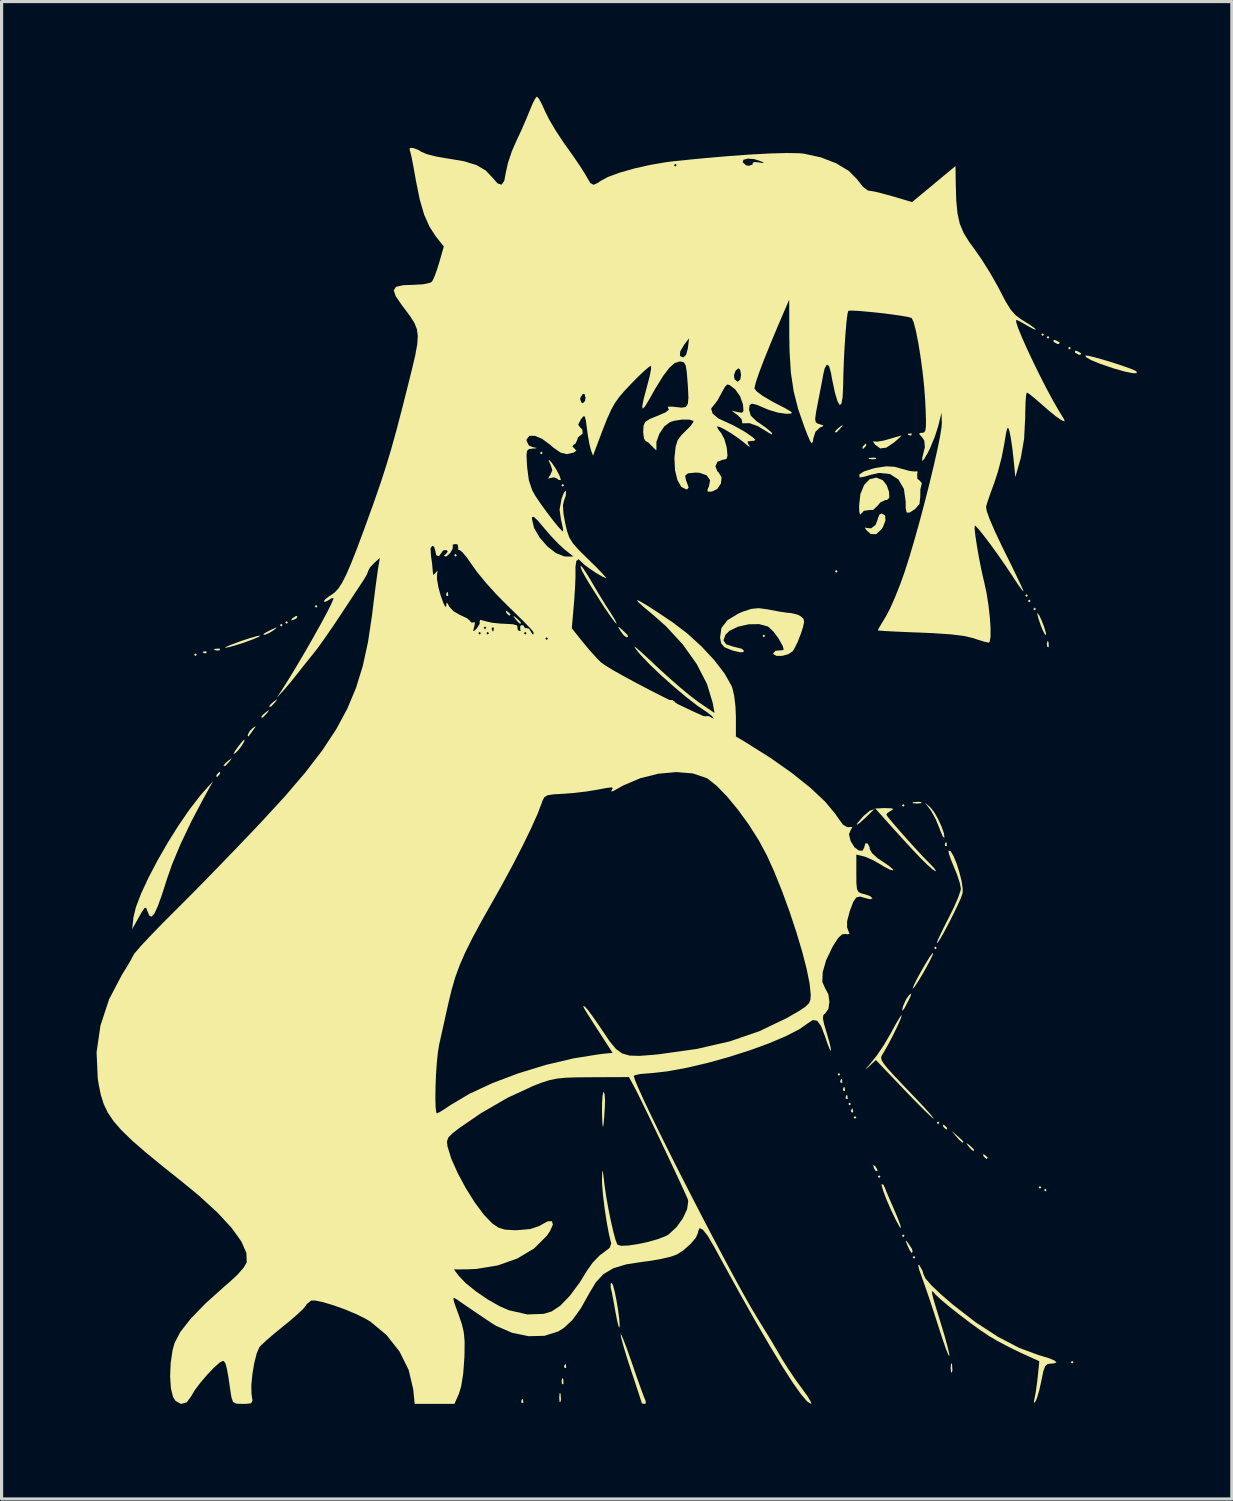
<source format=kicad_pcb>
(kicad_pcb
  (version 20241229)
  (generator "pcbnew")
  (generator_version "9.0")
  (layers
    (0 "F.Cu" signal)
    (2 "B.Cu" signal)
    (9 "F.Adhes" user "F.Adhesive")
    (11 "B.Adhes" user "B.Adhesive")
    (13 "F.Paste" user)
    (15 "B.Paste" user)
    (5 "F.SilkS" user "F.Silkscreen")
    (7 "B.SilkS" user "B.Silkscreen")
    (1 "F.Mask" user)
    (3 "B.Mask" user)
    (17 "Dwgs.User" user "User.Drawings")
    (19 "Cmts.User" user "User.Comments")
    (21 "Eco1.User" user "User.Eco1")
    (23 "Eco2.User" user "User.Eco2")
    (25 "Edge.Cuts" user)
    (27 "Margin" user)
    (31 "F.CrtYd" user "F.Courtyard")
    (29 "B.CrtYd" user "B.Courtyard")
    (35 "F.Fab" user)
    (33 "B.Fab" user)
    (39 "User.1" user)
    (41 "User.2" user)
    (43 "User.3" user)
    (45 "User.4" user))
  (footprint "Rin"
    (layer "F.Cu")
    (at 18.066 20.048)
    (property "Reference" "Rin" (at 0 0 0) (layer "F.SilkS") (effects (font (size 1.524 1.524) (thickness 0.3))))
    (attr board_only exclude_from_pos_files exclude_from_bom)
    (fp_poly (pts (xy 6.533 2.442) (xy 6.493 2.456) (xy 6.521 2.429)) (stroke (width 0) (type solid)) (fill yes) (layer "F.SilkS"))
    (fp_poly (pts (xy -14.901 -2.421) (xy -14.944 -2.379) (xy -14.986 -2.421) (xy -14.944 -2.464)) (stroke (width 0) (type solid)) (fill yes) (layer "F.SilkS"))
    (fp_poly (pts (xy -12.192 -3.356) (xy -12.234 -3.313) (xy -12.277 -3.356) (xy -12.234 -3.398)) (stroke (width 0) (type solid)) (fill yes) (layer "F.SilkS"))
    (fp_poly (pts (xy -12.023 -3.44) (xy -12.065 -3.398) (xy -12.107 -3.44) (xy -12.065 -3.483)) (stroke (width 0) (type solid)) (fill yes) (layer "F.SilkS"))
    (fp_poly (pts (xy -11.091 -3.95) (xy -11.134 -3.908) (xy -11.176 -3.95) (xy -11.134 -3.993)) (stroke (width 0) (type solid)) (fill yes) (layer "F.SilkS"))
    (fp_poly (pts (xy -6.689 -5.564) (xy -6.731 -5.522) (xy -6.773 -5.564) (xy -6.731 -5.607)) (stroke (width 0) (type solid)) (fill yes) (layer "F.SilkS"))
    (fp_poly (pts (xy -3.979 -8.792) (xy -4.022 -8.75) (xy -4.064 -8.792) (xy -4.022 -8.835)) (stroke (width 0) (type solid)) (fill yes) (layer "F.SilkS"))
    (fp_poly (pts (xy -3.302 -7.773) (xy -3.344 -7.73) (xy -3.387 -7.773) (xy -3.344 -7.815)) (stroke (width 0) (type solid)) (fill yes) (layer "F.SilkS"))
    (fp_poly (pts (xy 3.048 -3.016) (xy 3.006 -2.973) (xy 2.963 -3.016) (xy 3.006 -3.058)) (stroke (width 0) (type solid)) (fill yes) (layer "F.SilkS"))
    (fp_poly (pts (xy 5.334 -5.055) (xy 5.292 -5.012) (xy 5.249 -5.055) (xy 5.292 -5.097)) (stroke (width 0) (type solid)) (fill yes) (layer "F.SilkS"))
    (fp_poly (pts (xy 5.419 10.831) (xy 5.376 10.874) (xy 5.334 10.831) (xy 5.376 10.789)) (stroke (width 0) (type solid)) (fill yes) (layer "F.SilkS"))
    (fp_poly (pts (xy 5.757 11.766) (xy 5.715 11.808) (xy 5.673 11.766) (xy 5.715 11.723)) (stroke (width 0) (type solid)) (fill yes) (layer "F.SilkS"))
    (fp_poly (pts (xy 5.927 12.19) (xy 5.884 12.233) (xy 5.842 12.19) (xy 5.884 12.148)) (stroke (width 0) (type solid)) (fill yes) (layer "F.SilkS"))
    (fp_poly (pts (xy 6.689 14.059) (xy 6.646 14.102) (xy 6.604 14.059) (xy 6.646 14.017)) (stroke (width 0) (type solid)) (fill yes) (layer "F.SilkS"))
    (fp_poly (pts (xy 7.451 2.336) (xy 7.408 2.379) (xy 7.366 2.336) (xy 7.408 2.294)) (stroke (width 0) (type solid)) (fill yes) (layer "F.SilkS"))
    (fp_poly (pts (xy 7.451 15.928) (xy 7.408 15.971) (xy 7.366 15.928) (xy 7.408 15.886)) (stroke (width 0) (type solid)) (fill yes) (layer "F.SilkS"))
    (fp_poly (pts (xy 7.789 16.608) (xy 7.747 16.65) (xy 7.705 16.608) (xy 7.747 16.565)) (stroke (width 0) (type solid)) (fill yes) (layer "F.SilkS"))
    (fp_poly (pts (xy 8.467 6.838) (xy 8.424 6.881) (xy 8.382 6.838) (xy 8.424 6.796)) (stroke (width 0) (type solid)) (fill yes) (layer "F.SilkS"))
    (fp_poly (pts (xy 8.551 12.36) (xy 8.509 12.403) (xy 8.467 12.36) (xy 8.509 12.318)) (stroke (width 0) (type solid)) (fill yes) (layer "F.SilkS"))
    (fp_poly (pts (xy 11.345 -4.29) (xy 11.303 -4.247) (xy 11.261 -4.29) (xy 11.303 -4.332)) (stroke (width 0) (type solid)) (fill yes) (layer "F.SilkS"))
    (fp_poly (pts (xy 11.43 -4.12) (xy 11.388 -4.078) (xy 11.345 -4.12) (xy 11.388 -4.163)) (stroke (width 0) (type solid)) (fill yes) (layer "F.SilkS"))
    (fp_poly (pts (xy 11.599 -3.865) (xy 11.557 -3.823) (xy 11.515 -3.865) (xy 11.557 -3.908)) (stroke (width 0) (type solid)) (fill yes) (layer "F.SilkS"))
    (fp_poly (pts (xy 11.769 14.399) (xy 11.726 14.441) (xy 11.684 14.399) (xy 11.726 14.357)) (stroke (width 0) (type solid)) (fill yes) (layer "F.SilkS"))
    (fp_poly (pts (xy 11.853 -12.53) (xy 11.811 -12.488) (xy 11.769 -12.53) (xy 11.811 -12.573)) (stroke (width 0) (type solid)) (fill yes) (layer "F.SilkS"))
    (fp_poly (pts (xy 11.938 14.484) (xy 11.896 14.526) (xy 11.853 14.484) (xy 11.896 14.441)) (stroke (width 0) (type solid)) (fill yes) (layer "F.SilkS"))
    (fp_poly (pts (xy 12.023 -12.445) (xy 11.98 -12.403) (xy 11.938 -12.445) (xy 11.98 -12.488)) (stroke (width 0) (type solid)) (fill yes) (layer "F.SilkS"))
    (fp_poly (pts (xy 12.7 -12.105) (xy 12.658 -12.063) (xy 12.615 -12.105) (xy 12.658 -12.148)) (stroke (width 0) (type solid)) (fill yes) (layer "F.SilkS"))
    (fp_poly (pts (xy 12.785 19.921) (xy 12.742 19.963) (xy 12.7 19.921) (xy 12.742 19.878)) (stroke (width 0) (type solid)) (fill yes) (layer "F.SilkS"))
    (fp_poly (pts (xy -14.591 -2.52) (xy -14.603 -2.47) (xy -14.647 -2.464) (xy -14.717 -2.495) (xy -14.704 -2.52) (xy -14.603 -2.53)) (stroke (width 0) (type solid)) (fill yes) (layer "F.SilkS"))
    (fp_poly (pts (xy -14.162 -2.6) (xy -14.188 -2.561) (xy -14.273 -2.555) (xy -14.364 -2.576) (xy -14.325 -2.607) (xy -14.192 -2.617)) (stroke (width 0) (type solid)) (fill yes) (layer "F.SilkS"))
    (fp_poly (pts (xy -6.971 -4.389) (xy -6.961 -4.288) (xy -6.971 -4.276) (xy -7.021 -4.287) (xy -7.027 -4.332) (xy -6.996 -4.402)) (stroke (width 0) (type solid)) (fill yes) (layer "F.SilkS"))
    (fp_poly (pts (xy -4.6 21.096) (xy -4.59 21.197) (xy -4.6 21.209) (xy -4.651 21.197) (xy -4.657 21.153) (xy -4.626 21.083)) (stroke (width 0) (type solid)) (fill yes) (layer "F.SilkS"))
    (fp_poly (pts (xy -3.329 20.457) (xy -3.319 20.59) (xy -3.336 20.62) (xy -3.374 20.594) (xy -3.38 20.508) (xy -3.359 20.418)) (stroke (width 0) (type solid)) (fill yes) (layer "F.SilkS"))
    (fp_poly (pts (xy -3.246 19.992) (xy -3.235 20.092) (xy -3.246 20.105) (xy -3.296 20.093) (xy -3.302 20.048) (xy -3.271 19.978)) (stroke (width 0) (type solid)) (fill yes) (layer "F.SilkS"))
    (fp_poly (pts (xy 5.475 10.987) (xy 5.485 11.088) (xy 5.475 11.1) (xy 5.425 11.088) (xy 5.419 11.043) (xy 5.45 10.974)) (stroke (width 0) (type solid)) (fill yes) (layer "F.SilkS"))
    (fp_poly (pts (xy 5.56 11.242) (xy 5.57 11.343) (xy 5.56 11.355) (xy 5.509 11.343) (xy 5.503 11.298) (xy 5.534 11.228)) (stroke (width 0) (type solid)) (fill yes) (layer "F.SilkS"))
    (fp_poly (pts (xy 5.644 11.497) (xy 5.655 11.597) (xy 5.644 11.61) (xy 5.594 11.598) (xy 5.588 11.553) (xy 5.619 11.483)) (stroke (width 0) (type solid)) (fill yes) (layer "F.SilkS"))
    (fp_poly (pts (xy 5.814 11.921) (xy 5.824 12.022) (xy 5.814 12.035) (xy 5.763 12.023) (xy 5.757 11.978) (xy 5.788 11.908)) (stroke (width 0) (type solid)) (fill yes) (layer "F.SilkS"))
    (fp_poly (pts (xy 6.54 -8.636) (xy 6.551 -8.605) (xy 6.435 -8.593) (xy 6.314 -8.607) (xy 6.329 -8.636) (xy 6.502 -8.647)) (stroke (width 0) (type solid)) (fill yes) (layer "F.SilkS"))
    (fp_poly (pts (xy 7.676 -9.401) (xy 7.665 -9.351) (xy 7.62 -9.344) (xy 7.55 -9.376) (xy 7.564 -9.401) (xy 7.664 -9.411)) (stroke (width 0) (type solid)) (fill yes) (layer "F.SilkS"))
    (fp_poly (pts (xy 8.777 3.511) (xy 8.787 3.612) (xy 8.777 3.625) (xy 8.727 3.613) (xy 8.721 3.568) (xy 8.752 3.498)) (stroke (width 0) (type solid)) (fill yes) (layer "F.SilkS"))
    (fp_poly (pts (xy 11.996 -2.819) (xy 12.006 -2.687) (xy 11.989 -2.656) (xy 11.951 -2.682) (xy 11.945 -2.768) (xy 11.965 -2.859)) (stroke (width 0) (type solid)) (fill yes) (layer "F.SilkS"))
    (fp_poly (pts (xy -11.724 -3.636) (xy -11.75 -3.573) (xy -11.829 -3.531) (xy -11.927 -3.505) (xy -11.887 -3.567) (xy -11.876 -3.578) (xy -11.765 -3.646)) (stroke (width 0) (type solid)) (fill yes) (layer "F.SilkS"))
    (fp_poly (pts (xy -5.093 -3.788) (xy -5.003 -3.709) (xy -4.995 -3.69) (xy -5.036 -3.655) (xy -5.119 -3.734) (xy -5.13 -3.751) (xy -5.14 -3.809)) (stroke (width 0) (type solid)) (fill yes) (layer "F.SilkS"))
    (fp_poly (pts (xy 6.519 13.728) (xy 6.53 13.739) (xy 6.597 13.851) (xy 6.588 13.892) (xy 6.525 13.866) (xy 6.482 13.787) (xy 6.457 13.688)) (stroke (width 0) (type solid)) (fill yes) (layer "F.SilkS"))
    (fp_poly (pts (xy 8.708 12.437) (xy 8.798 12.523) (xy 8.78 12.572) (xy 8.768 12.573) (xy 8.696 12.512) (xy 8.67 12.475) (xy 8.66 12.416)) (stroke (width 0) (type solid)) (fill yes) (layer "F.SilkS"))
    (fp_poly (pts (xy 9.123 12.777) (xy 9.259 12.901) (xy 9.313 12.968) (xy 9.275 12.989) (xy 9.153 12.875) (xy 9.094 12.806) (xy 8.932 12.615)) (stroke (width 0) (type solid)) (fill yes) (layer "F.SilkS"))
    (fp_poly (pts (xy 9.978 13.371) (xy 10.068 13.45) (xy 10.075 13.47) (xy 10.035 13.504) (xy 9.951 13.426) (xy 9.94 13.409) (xy 9.93 13.351)) (stroke (width 0) (type solid)) (fill yes) (layer "F.SilkS"))
    (fp_poly (pts (xy 12.23 -12.35) (xy 12.349 -12.282) (xy 12.329 -12.237) (xy 12.282 -12.233) (xy 12.167 -12.294) (xy 12.15 -12.317) (xy 12.164 -12.365)) (stroke (width 0) (type solid)) (fill yes) (layer "F.SilkS"))
    (fp_poly (pts (xy 12.907 -12.01) (xy 13.026 -11.942) (xy 13.006 -11.897) (xy 12.959 -11.893) (xy 12.844 -11.955) (xy 12.828 -11.977) (xy 12.841 -12.025)) (stroke (width 0) (type solid)) (fill yes) (layer "F.SilkS"))
    (fp_poly (pts (xy -14.166 1.329) (xy -14.182 1.359) (xy -14.261 1.44) (xy -14.276 1.444) (xy -14.282 1.389) (xy -14.266 1.359) (xy -14.187 1.278) (xy -14.172 1.274)) (stroke (width 0) (type solid)) (fill yes) (layer "F.SilkS"))
    (fp_poly (pts (xy -13.827 0.894) (xy -13.875 0.956) (xy -13.998 1.088) (xy -14.053 1.087) (xy -14.055 1.072) (xy -13.997 1.001) (xy -13.906 0.924) (xy -13.806 0.85)) (stroke (width 0) (type solid)) (fill yes) (layer "F.SilkS"))
    (fp_poly (pts (xy -12.642 -0.635) (xy -12.689 -0.573) (xy -12.813 -0.441) (xy -12.868 -0.442) (xy -12.869 -0.457) (xy -12.811 -0.528) (xy -12.721 -0.605) (xy -12.621 -0.679)) (stroke (width 0) (type solid)) (fill yes) (layer "F.SilkS"))
    (fp_poly (pts (xy -12.388 -0.975) (xy -12.435 -0.913) (xy -12.559 -0.781) (xy -12.614 -0.782) (xy -12.615 -0.797) (xy -12.557 -0.868) (xy -12.467 -0.945) (xy -12.367 -1.019)) (stroke (width 0) (type solid)) (fill yes) (layer "F.SilkS"))
    (fp_poly (pts (xy -4.866 -3.626) (xy -4.805 -3.579) (xy -4.673 -3.455) (xy -4.674 -3.399) (xy -4.689 -3.398) (xy -4.759 -3.456) (xy -4.837 -3.547) (xy -4.91 -3.647)) (stroke (width 0) (type solid)) (fill yes) (layer "F.SilkS"))
    (fp_poly (pts (xy -3.417 20.906) (xy -3.413 20.921) (xy -3.4 21.106) (xy -3.416 21.175) (xy -3.444 21.178) (xy -3.455 21.045) (xy -3.455 21.025) (xy -3.443 20.893)) (stroke (width 0) (type solid)) (fill yes) (layer "F.SilkS"))
    (fp_poly (pts (xy -1.451 -3.194) (xy -1.304 -3.05) (xy -1.28 -2.985) (xy -1.334 -2.973) (xy -1.422 -3.038) (xy -1.516 -3.164) (xy -1.592 -3.294) (xy -1.571 -3.297)) (stroke (width 0) (type solid)) (fill yes) (layer "F.SilkS"))
    (fp_poly (pts (xy 5.477 -9.64) (xy 5.429 -9.578) (xy 5.306 -9.446) (xy 5.251 -9.447) (xy 5.249 -9.462) (xy 5.307 -9.532) (xy 5.397 -9.61) (xy 5.498 -9.684)) (stroke (width 0) (type solid)) (fill yes) (layer "F.SilkS"))
    (fp_poly (pts (xy 6.224 2.718) (xy 6.025 2.898) (xy 5.937 2.955) (xy 5.965 2.892) (xy 6.116 2.715) (xy 6.161 2.667) (xy 6.348 2.507) (xy 6.493 2.456)) (stroke (width 0) (type solid)) (fill yes) (layer "F.SilkS"))
    (fp_poly (pts (xy 6.239 -9.035) (xy 6.223 -9.005) (xy 6.143 -8.924) (xy 6.128 -8.92) (xy 6.123 -8.975) (xy 6.138 -9.005) (xy 6.218 -9.086) (xy 6.233 -9.09)) (stroke (width 0) (type solid)) (fill yes) (layer "F.SilkS"))
    (fp_poly (pts (xy 7.576 16.178) (xy 7.676 16.331) (xy 7.705 16.412) (xy 7.681 16.478) (xy 7.613 16.386) (xy 7.548 16.247) (xy 7.486 16.095) (xy 7.5 16.084)) (stroke (width 0) (type solid)) (fill yes) (layer "F.SilkS"))
    (fp_poly (pts (xy 7.981 2.238) (xy 7.984 2.266) (xy 7.852 2.277) (xy 7.832 2.277) (xy 7.7 2.265) (xy 7.713 2.239) (xy 7.727 2.235) (xy 7.912 2.222)) (stroke (width 0) (type solid)) (fill yes) (layer "F.SilkS"))
    (fp_poly (pts (xy 8.944 19.971) (xy 8.949 19.986) (xy 8.961 20.171) (xy 8.946 20.241) (xy 8.918 20.244) (xy 8.906 20.111) (xy 8.907 20.091) (xy 8.919 19.959)) (stroke (width 0) (type solid)) (fill yes) (layer "F.SilkS"))
    (fp_poly (pts (xy 9.442 13.024) (xy 9.504 13.071) (xy 9.635 13.195) (xy 9.635 13.251) (xy 9.62 13.252) (xy 9.549 13.194) (xy 9.472 13.104) (xy 9.399 13.003)) (stroke (width 0) (type solid)) (fill yes) (layer "F.SilkS"))
    (fp_poly (pts (xy -13.059 -0.128) (xy -13.121 -0.042) (xy -13.225 0.101) (xy -13.269 0.163) (xy -13.292 0.135) (xy -13.293 0.11) (xy -13.233 -0.009) (xy -13.145 -0.096) (xy -13.045 -0.168)) (stroke (width 0) (type solid)) (fill yes) (layer "F.SilkS"))
    (fp_poly (pts (xy -12.391 -3.267) (xy -12.483 -3.19) (xy -12.605 -3.113) (xy -12.728 -3.06) (xy -12.801 -3.047) (xy -12.778 -3.089) (xy -12.683 -3.145) (xy -12.531 -3.221) (xy -12.39 -3.285)) (stroke (width 0) (type solid)) (fill yes) (layer "F.SilkS"))
    (fp_poly (pts (xy 7.646 8.345) (xy 7.576 8.495) (xy 7.449 8.739) (xy 7.383 8.83) (xy 7.38 8.768) (xy 7.407 8.665) (xy 7.505 8.448) (xy 7.596 8.325) (xy 7.662 8.275)) (stroke (width 0) (type solid)) (fill yes) (layer "F.SilkS"))
    (fp_poly (pts (xy -13.4 0.31) (xy -13.474 0.439) (xy -13.586 0.587) (xy -13.685 0.687) (xy -13.742 0.713) (xy -13.693 0.618) (xy -13.632 0.531) (xy -13.499 0.358) (xy -13.412 0.262) (xy -13.401 0.255)) (stroke (width 0) (type solid)) (fill yes) (layer "F.SilkS"))
    (fp_poly (pts (xy 11.702 -3.667) (xy 11.782 -3.497) (xy 11.86 -3.292) (xy 11.912 -3.115) (xy 11.917 -3.039) (xy 11.878 -3.066) (xy 11.803 -3.217) (xy 11.75 -3.351) (xy 11.675 -3.574) (xy 11.641 -3.714) (xy 11.645 -3.738)) (stroke (width 0) (type solid)) (fill yes) (layer "F.SilkS"))
    (fp_poly (pts (xy -2.022 11.46) (xy -2.009 11.656) (xy -2.014 11.829) (xy -2.038 12.215) (xy -2.06 12.436) (xy -2.078 12.491) (xy -2.092 12.378) (xy -2.103 12.097) (xy -2.104 12.042) (xy -2.102 11.732) (xy -2.087 11.5) (xy -2.061 11.388) (xy -2.053 11.383)) (stroke (width 0) (type solid)) (fill yes) (layer "F.SilkS"))
    (fp_poly (pts (xy 8.27 2.404) (xy 8.383 2.546) (xy 8.507 2.763) (xy 8.618 3.004) (xy 8.693 3.216) (xy 8.708 3.348) (xy 8.701 3.361) (xy 8.655 3.313) (xy 8.583 3.147) (xy 8.548 3.049) (xy 8.432 2.767) (xy 8.292 2.515) (xy 8.264 2.475) (xy 8.094 2.251)) (stroke (width 0) (type solid)) (fill yes) (layer "F.SilkS"))
    (fp_poly (pts (xy -12.892 -3.025) (xy -12.947 -2.985) (xy -13.116 -2.913) (xy -13.352 -2.826) (xy -13.608 -2.741) (xy -13.835 -2.674) (xy -13.986 -2.641) (xy -14.008 -2.64) (xy -13.979 -2.668) (xy -13.822 -2.736) (xy -13.568 -2.831) (xy -13.511 -2.852) (xy -13.223 -2.947) (xy -13.004 -3.009) (xy -12.896 -3.026)) (stroke (width 0) (type solid)) (fill yes) (layer "F.SilkS"))
    (fp_poly (pts (xy 7.312 -9.296) (xy 7.18 -9.177) (xy 7.127 -9.132) (xy 6.876 -8.962) (xy 6.683 -8.936) (xy 6.523 -9.053) (xy 6.511 -9.068) (xy 6.449 -9.161) (xy 6.466 -9.16) (xy 6.581 -9.149) (xy 6.795 -9.186) (xy 6.929 -9.223) (xy 7.163 -9.292) (xy 7.319 -9.336) (xy 7.351 -9.344)) (stroke (width 0) (type solid)) (fill yes) (layer "F.SilkS"))
    (fp_poly (pts (xy 8.329 7.077) (xy 8.237 7.27) (xy 8.093 7.533) (xy 8.048 7.613) (xy 7.891 7.875) (xy 7.772 8.057) (xy 7.71 8.131) (xy 7.706 8.127) (xy 7.743 8.019) (xy 7.838 7.824) (xy 7.969 7.583) (xy 8.11 7.338) (xy 8.237 7.133) (xy 8.326 7.009) (xy 8.352 6.993)) (stroke (width 0) (type solid)) (fill yes) (layer "F.SilkS"))
    (fp_poly (pts (xy -1.756 17.491) (xy -1.704 17.689) (xy -1.649 17.961) (xy -1.599 18.259) (xy -1.562 18.536) (xy -1.546 18.744) (xy -1.557 18.835) (xy -1.586 18.776) (xy -1.631 18.588) (xy -1.684 18.311) (xy -1.688 18.29) (xy -1.744 17.975) (xy -1.795 17.712) (xy -1.83 17.563) (xy -1.832 17.44) (xy -1.797 17.415)) (stroke (width 0) (type solid)) (fill yes) (layer "F.SilkS"))
    (fp_poly (pts (xy 6.785 14.321) (xy 6.827 14.408) (xy 6.889 14.565) (xy 6.998 14.821) (xy 7.126 15.113) (xy 7.249 15.406) (xy 7.32 15.603) (xy 7.336 15.688) (xy 7.294 15.646) (xy 7.192 15.463) (xy 7.178 15.436) (xy 7.02 15.108) (xy 6.882 14.791) (xy 6.78 14.524) (xy 6.727 14.343) (xy 6.728 14.289)) (stroke (width 0) (type solid)) (fill yes) (layer "F.SilkS"))
    (fp_poly (pts (xy 6.836 -6.818) (xy 6.846 -6.659) (xy 6.764 -6.449) (xy 6.726 -6.39) (xy 6.553 -6.227) (xy 6.381 -6.234) (xy 6.255 -6.345) (xy 6.188 -6.441) (xy 6.24 -6.428) (xy 6.248 -6.423) (xy 6.397 -6.414) (xy 6.535 -6.522) (xy 6.603 -6.699) (xy 6.604 -6.721) (xy 6.66 -6.853) (xy 6.731 -6.881)) (stroke (width 0) (type solid)) (fill yes) (layer "F.SilkS"))
    (fp_poly (pts (xy -3.693 -8.486) (xy -3.567 -8.301) (xy -3.553 -8.278) (xy -3.448 -8.082) (xy -3.406 -7.953) (xy -3.411 -7.933) (xy -3.486 -7.948) (xy -3.508 -7.976) (xy -3.62 -8.024) (xy -3.707 -8.008) (xy -3.804 -7.984) (xy -3.771 -8.053) (xy -3.741 -8.091) (xy -3.673 -8.251) (xy -3.722 -8.405) (xy -3.789 -8.551) (xy -3.773 -8.573)) (stroke (width 0) (type solid)) (fill yes) (layer "F.SilkS"))
    (fp_poly (pts (xy 13.249 -11.863) (xy 13.457 -11.813) (xy 13.739 -11.734) (xy 14.053 -11.638) (xy 14.354 -11.538) (xy 14.601 -11.45) (xy 14.751 -11.384) (xy 14.77 -11.371) (xy 14.787 -11.315) (xy 14.663 -11.312) (xy 14.421 -11.36) (xy 14.079 -11.456) (xy 14.012 -11.477) (xy 13.629 -11.608) (xy 13.345 -11.725) (xy 13.182 -11.818) (xy 13.157 -11.87)) (stroke (width 0) (type solid)) (fill yes) (layer "F.SilkS"))
    (fp_poly (pts (xy -2.721 -5.178) (xy -2.606 -5.01) (xy -2.454 -4.761) (xy -2.414 -4.691) (xy -2.214 -4.353) (xy -2.009 -4.017) (xy -1.843 -3.759) (xy -1.715 -3.556) (xy -1.649 -3.425) (xy -1.649 -3.398) (xy -1.712 -3.465) (xy -1.844 -3.645) (xy -2.022 -3.906) (xy -2.147 -4.099) (xy -2.425 -4.537) (xy -2.617 -4.853) (xy -2.732 -5.063) (xy -2.78 -5.184) (xy -2.775 -5.229)) (stroke (width 0) (type solid)) (fill yes) (layer "F.SilkS"))
    (fp_poly (pts (xy 6.758 -7.936) (xy 6.89 -7.769) (xy 6.96 -7.563) (xy 6.967 -7.378) (xy 6.897 -7.31) (xy 6.846 -7.306) (xy 6.691 -7.237) (xy 6.6 -7.128) (xy 6.459 -6.994) (xy 6.343 -6.992) (xy 6.165 -6.965) (xy 6.098 -6.894) (xy 6.047 -6.845) (xy 6.021 -6.934) (xy 6.014 -7.119) (xy 6.055 -7.494) (xy 6.173 -7.783) (xy 6.347 -7.964) (xy 6.558 -8.015)) (stroke (width 0) (type solid)) (fill yes) (layer "F.SilkS"))
    (fp_poly (pts (xy -1.493 19.06) (xy -1.423 19.222) (xy -1.319 19.495) (xy -1.192 19.854) (xy -1.151 19.972) (xy -1.012 20.377) (xy -0.887 20.727) (xy -0.79 20.989) (xy -0.733 21.13) (xy -0.727 21.14) (xy -0.723 21.227) (xy -0.757 21.237) (xy -0.844 21.222) (xy -0.847 21.216) (xy -0.873 21.132) (xy -0.942 20.919) (xy -1.045 20.607) (xy -1.171 20.227) (xy -1.186 20.182) (xy -1.315 19.785) (xy -1.42 19.438) (xy -1.492 19.177) (xy -1.52 19.039) (xy -1.52 19.035)) (stroke (width 0) (type solid)) (fill yes) (layer "F.SilkS"))
    (fp_poly (pts (xy -14.694 2.124) (xy -15.078 2.851) (xy -15.412 3.554) (xy -15.679 4.191) (xy -15.833 4.63) (xy -16.002 5.158) (xy -16.137 5.531) (xy -16.244 5.759) (xy -16.33 5.851) (xy -16.4 5.819) (xy -16.46 5.674) (xy -16.499 5.573) (xy -16.55 5.577) (xy -16.637 5.702) (xy -16.728 5.862) (xy -16.941 6.244) (xy -16.902 5.873) (xy -16.825 5.552) (xy -16.662 5.126) (xy -16.429 4.624) (xy -16.143 4.078) (xy -15.82 3.515) (xy -15.476 2.967) (xy -15.129 2.462) (xy -14.795 2.031) (xy -14.692 1.911) (xy -14.388 1.572)) (stroke (width 0) (type solid)) (fill yes) (layer "F.SilkS"))
    (fp_poly (pts (xy 7.024 2.428) (xy 7.097 2.45) (xy 7.034 2.496) (xy 7.027 2.499) (xy 6.9 2.582) (xy 6.877 2.635) (xy 6.945 2.73) (xy 7.101 2.917) (xy 7.317 3.165) (xy 7.564 3.444) (xy 7.815 3.721) (xy 8.042 3.965) (xy 8.217 4.145) (xy 8.253 4.18) (xy 8.391 4.325) (xy 8.441 4.409) (xy 8.431 4.417) (xy 8.339 4.361) (xy 8.169 4.212) (xy 7.968 4.014) (xy 7.723 3.756) (xy 7.423 3.431) (xy 7.121 3.099) (xy 7.049 3.019) (xy 6.533 2.442) (xy 6.552 2.435) (xy 6.798 2.421)) (stroke (width 0) (type solid)) (fill yes) (layer "F.SilkS"))
    (fp_poly (pts (xy 8.906 3.785) (xy 8.995 3.933) (xy 9.091 4.166) (xy 9.18 4.443) (xy 9.25 4.724) (xy 9.286 4.967) (xy 9.282 5.107) (xy 9.233 5.249) (xy 9.134 5.474) (xy 9.002 5.75) (xy 8.855 6.041) (xy 8.71 6.314) (xy 8.586 6.534) (xy 8.499 6.668) (xy 8.468 6.683) (xy 8.504 6.581) (xy 8.604 6.366) (xy 8.748 6.074) (xy 8.848 5.881) (xy 9.013 5.545) (xy 9.142 5.248) (xy 9.217 5.032) (xy 9.229 4.964) (xy 9.195 4.789) (xy 9.109 4.525) (xy 9.013 4.29) (xy 8.907 4.031) (xy 8.845 3.839) (xy 8.837 3.762)) (stroke (width 0) (type solid)) (fill yes) (layer "F.SilkS"))
    (fp_poly (pts (xy 7.139 -8.356) (xy 7.37 -8.291) (xy 7.607 -8.225) (xy 7.78 -8.207) (xy 7.819 -8.216) (xy 7.866 -8.202) (xy 7.847 -8.123) (xy 7.855 -7.977) (xy 7.917 -7.931) (xy 7.996 -7.841) (xy 7.983 -7.786) (xy 7.948 -7.639) (xy 7.947 -7.422) (xy 7.922 -7.183) (xy 7.778 -7.018) (xy 7.776 -7.017) (xy 7.604 -6.91) (xy 7.516 -6.914) (xy 7.485 -7.051) (xy 7.485 -7.257) (xy 7.429 -7.66) (xy 7.256 -7.956) (xy 6.986 -8.129) (xy 6.639 -8.163) (xy 6.387 -8.106) (xy 6.176 -8.043) (xy 6.043 -8.021) (xy 6.027 -8.026) (xy 6.024 -8.116) (xy 6.171 -8.211) (xy 6.449 -8.3) (xy 6.552 -8.323) (xy 6.877 -8.372)) (stroke (width 0) (type solid)) (fill yes) (layer "F.SilkS"))
    (fp_poly (pts (xy 7.363 8.962) (xy 7.326 9.079) (xy 7.23 9.298) (xy 7.097 9.572) (xy 6.95 9.856) (xy 6.811 10.103) (xy 6.77 10.171) (xy 6.728 10.24) (xy 6.709 10.305) (xy 6.726 10.383) (xy 6.792 10.492) (xy 6.921 10.651) (xy 7.125 10.876) (xy 7.419 11.187) (xy 7.814 11.6) (xy 7.871 11.659) (xy 8.102 11.906) (xy 8.274 12.1) (xy 8.363 12.214) (xy 8.368 12.233) (xy 8.294 12.175) (xy 8.126 12.014) (xy 7.884 11.773) (xy 7.591 11.473) (xy 7.43 11.305) (xy 6.544 10.378) (xy 6.3 10.604) (xy 6.22 10.671) (xy 6.251 10.625) (xy 6.375 10.485) (xy 6.573 10.236) (xy 6.798 9.902) (xy 7.006 9.549) (xy 7.028 9.508) (xy 7.178 9.233) (xy 7.293 9.04) (xy 7.356 8.958)) (stroke (width 0) (type solid)) (fill yes) (layer "F.SilkS"))
    (fp_poly (pts (xy 3.123 -3.855) (xy 3.218 -3.836) (xy 3.512 -3.781) (xy 3.758 -3.746) (xy 3.862 -3.738) (xy 4.073 -3.688) (xy 4.177 -3.631) (xy 4.257 -3.557) (xy 4.279 -3.46) (xy 4.242 -3.292) (xy 4.181 -3.1) (xy 4.075 -2.826) (xy 3.963 -2.602) (xy 3.912 -2.527) (xy 3.771 -2.435) (xy 3.581 -2.385) (xy 3.405 -2.385) (xy 3.307 -2.44) (xy 3.302 -2.464) (xy 3.374 -2.547) (xy 3.554 -2.562) (xy 3.577 -2.559) (xy 3.635 -2.582) (xy 3.602 -2.698) (xy 3.473 -2.928) (xy 3.464 -2.943) (xy 3.309 -3.152) (xy 3.155 -3.299) (xy 3.131 -3.314) (xy 2.86 -3.388) (xy 2.528 -3.383) (xy 2.196 -3.309) (xy 1.923 -3.179) (xy 1.792 -3.05) (xy 1.731 -2.873) (xy 1.814 -2.752) (xy 2.053 -2.673) (xy 2.08 -2.668) (xy 2.306 -2.611) (xy 2.378 -2.548) (xy 2.355 -2.504) (xy 2.254 -2.5) (xy 2.057 -2.544) (xy 1.981 -2.568) (xy 1.763 -2.659) (xy 1.66 -2.777) (xy 1.624 -2.961) (xy 1.665 -3.261) (xy 1.856 -3.512) (xy 2.204 -3.723) (xy 2.351 -3.785) (xy 2.614 -3.87) (xy 2.843 -3.892)) (stroke (width 0) (type solid)) (fill yes) (layer "F.SilkS"))
    (fp_poly (pts (xy 7.917 16.858) (xy 8.016 17.028) (xy 8.043 17.131) (xy 8.107 17.272) (xy 8.3 17.495) (xy 8.628 17.803) (xy 8.975 18.102) (xy 9.692 18.658) (xy 10.402 19.12) (xy 11.077 19.472) (xy 11.69 19.698) (xy 11.726 19.707) (xy 12.024 19.798) (xy 12.201 19.876) (xy 12.244 19.934) (xy 12.139 19.962) (xy 12.092 19.963) (xy 11.97 19.977) (xy 11.891 20.045) (xy 11.833 20.204) (xy 11.773 20.493) (xy 11.772 20.5) (xy 11.706 20.8) (xy 11.636 21.041) (xy 11.585 21.158) (xy 11.533 21.209) (xy 11.543 21.112) (xy 11.554 21.068) (xy 11.593 20.863) (xy 11.634 20.569) (xy 11.657 20.373) (xy 11.706 19.89) (xy 11.126 19.626) (xy 10.763 19.45) (xy 10.39 19.253) (xy 10.12 19.095) (xy 9.849 18.913) (xy 9.526 18.68) (xy 9.187 18.423) (xy 8.868 18.17) (xy 8.605 17.95) (xy 8.434 17.79) (xy 8.406 17.758) (xy 8.343 17.687) (xy 8.314 17.683) (xy 8.322 17.767) (xy 8.37 17.956) (xy 8.464 18.27) (xy 8.596 18.696) (xy 8.711 19.078) (xy 8.8 19.401) (xy 8.856 19.632) (xy 8.867 19.734) (xy 8.834 19.69) (xy 8.761 19.511) (xy 8.66 19.224) (xy 8.54 18.858) (xy 8.524 18.806) (xy 8.378 18.352) (xy 8.227 17.896) (xy 8.089 17.495) (xy 7.999 17.245) (xy 7.909 16.988) (xy 7.878 16.849) (xy 7.908 16.846)) (stroke (width 0) (type solid)) (fill yes) (layer "F.SilkS"))
    (fp_poly (pts (xy -4.094 -19.976) (xy -3.995 -19.79) (xy -3.909 -19.596) (xy -3.772 -19.321) (xy -3.566 -18.972) (xy -3.327 -18.609) (xy -3.228 -18.47) (xy -2.997 -18.145) (xy -2.79 -17.84) (xy -2.638 -17.6) (xy -2.593 -17.52) (xy -2.475 -17.32) (xy -2.372 -17.261) (xy -2.232 -17.325) (xy -2.161 -17.377) (xy -1.919 -17.508) (xy -1.548 -17.645) (xy -1.088 -17.776) (xy -0.618 -17.882) (xy 0.169 -17.882) (xy 0.212 -17.839) (xy 0.254 -17.882) (xy 0.212 -17.924) (xy 0.169 -17.882) (xy -0.618 -17.882) (xy -0.579 -17.891) (xy -0.098 -17.973) (xy 2.338 -17.973) (xy 2.45 -17.875) (xy 2.541 -17.863) (xy 2.651 -17.903) (xy 2.654 -17.945) (xy 2.692 -17.981) (xy 2.845 -17.97) (xy 2.85 -17.969) (xy 2.997 -17.945) (xy 2.99 -17.967) (xy 2.921 -18.002) (xy 2.701 -18.074) (xy 2.498 -18.089) (xy 2.362 -18.052) (xy 2.338 -17.973) (xy -0.098 -17.973) (xy -0.059 -17.979) (xy 0.18 -18.009) (xy 1.04 -18.095) (xy 1.845 -18.165) (xy 2.577 -18.218) (xy 3.213 -18.252) (xy 3.734 -18.266) (xy 4.12 -18.259) (xy 4.266 -18.246) (xy 4.805 -18.129) (xy 5.293 -17.94) (xy 5.692 -17.699) (xy 5.963 -17.423) (xy 5.979 -17.399) (xy 6.133 -17.202) (xy 6.282 -17.087) (xy 6.33 -17.075) (xy 6.48 -17.052) (xy 6.739 -16.991) (xy 7.052 -16.904) (xy 7.082 -16.896) (xy 7.687 -16.716) (xy 8.373 -17.285) (xy 9.059 -17.855) (xy 9.066 -17.316) (xy 9.082 -16.775) (xy 9.121 -16.361) (xy 9.194 -16.032) (xy 9.314 -15.745) (xy 9.491 -15.458) (xy 9.638 -15.258) (xy 9.89 -14.898) (xy 10.162 -14.463) (xy 10.404 -14.034) (xy 10.457 -13.931) (xy 10.649 -13.564) (xy 10.807 -13.313) (xy 10.962 -13.14) (xy 11.146 -13.003) (xy 11.214 -12.962) (xy 11.43 -12.827) (xy 11.57 -12.724) (xy 11.599 -12.689) (xy 11.536 -12.7) (xy 11.379 -12.782) (xy 11.314 -12.82) (xy 11.12 -12.933) (xy 10.993 -12.994) (xy 10.977 -12.997) (xy 10.974 -12.927) (xy 11.038 -12.732) (xy 11.158 -12.441) (xy 11.319 -12.078) (xy 11.511 -11.67) (xy 11.72 -11.244) (xy 11.934 -10.825) (xy 12.141 -10.441) (xy 12.328 -10.116) (xy 12.378 -10.035) (xy 12.488 -9.855) (xy 12.507 -9.791) (xy 12.438 -9.814) (xy 12.39 -9.839) (xy 12.241 -9.941) (xy 12.019 -10.12) (xy 11.792 -10.317) (xy 11.569 -10.511) (xy 11.397 -10.65) (xy 11.312 -10.704) (xy 11.312 -10.704) (xy 11.289 -10.625) (xy 11.272 -10.414) (xy 11.262 -10.107) (xy 11.26 -9.918) (xy 11.225 -9.239) (xy 11.124 -8.654) (xy 11.104 -8.58) (xy 10.948 -8.028) (xy 10.889 -8.631) (xy 10.849 -8.973) (xy 10.803 -9.281) (xy 10.763 -9.48) (xy 10.727 -9.582) (xy 10.695 -9.575) (xy 10.659 -9.439) (xy 10.612 -9.158) (xy 10.599 -9.077) (xy 10.516 -8.652) (xy 10.396 -8.193) (xy 10.282 -7.846) (xy 10.167 -7.534) (xy 10.075 -7.266) (xy 10.024 -7.098) (xy 10.023 -7.093) (xy 10.047 -6.953) (xy 10.144 -6.685) (xy 10.306 -6.311) (xy 10.523 -5.852) (xy 10.613 -5.67) (xy 10.82 -5.254) (xy 10.993 -4.896) (xy 11.123 -4.622) (xy 11.196 -4.456) (xy 11.206 -4.417) (xy 11.147 -4.483) (xy 11.023 -4.655) (xy 10.862 -4.898) (xy 10.857 -4.906) (xy 10.637 -5.236) (xy 10.401 -5.576) (xy 10.167 -5.9) (xy 9.956 -6.178) (xy 9.79 -6.385) (xy 9.688 -6.492) (xy 9.668 -6.5) (xy 9.662 -6.402) (xy 9.687 -6.176) (xy 9.734 -5.863) (xy 9.797 -5.502) (xy 9.87 -5.131) (xy 9.946 -4.791) (xy 9.965 -4.715) (xy 10.041 -4.362) (xy 10.101 -3.977) (xy 10.144 -3.595) (xy 10.166 -3.253) (xy 10.165 -2.985) (xy 10.137 -2.829) (xy 10.109 -2.803) (xy 9.976 -2.831) (xy 9.752 -2.9) (xy 9.641 -2.939) (xy 9.36 -3.008) (xy 8.933 -3.063) (xy 8.35 -3.103) (xy 7.938 -3.121) (xy 7.484 -3.138) (xy 7.097 -3.156) (xy 6.804 -3.172) (xy 6.635 -3.186) (xy 6.604 -3.192) (xy 6.645 -3.271) (xy 6.751 -3.451) (xy 6.861 -3.632) (xy 6.992 -3.881) (xy 7.152 -4.242) (xy 7.319 -4.664) (xy 7.456 -5.049) (xy 7.603 -5.509) (xy 7.761 -6.045) (xy 7.925 -6.63) (xy 8.086 -7.236) (xy 8.238 -7.836) (xy 8.374 -8.402) (xy 8.488 -8.906) (xy 8.572 -9.321) (xy 8.619 -9.619) (xy 8.627 -9.737) (xy 8.617 -10.067) (xy 8.513 -9.642) (xy 8.406 -9.307) (xy 8.256 -8.945) (xy 8.18 -8.792) (xy 8.062 -8.59) (xy 8.006 -8.539) (xy 8.01 -8.641) (xy 8.072 -8.9) (xy 8.092 -8.971) (xy 8.072 -9.187) (xy 8.002 -9.289) (xy 7.909 -9.395) (xy 7.942 -9.427) (xy 8.008 -9.429) (xy 8.068 -9.443) (xy 8.107 -9.502) (xy 8.125 -9.635) (xy 8.126 -9.867) (xy 8.112 -10.228) (xy 8.1 -10.47) (xy 8.068 -10.904) (xy 8.017 -11.373) (xy 7.953 -11.843) (xy 7.882 -12.28) (xy 7.808 -12.65) (xy 7.738 -12.92) (xy 7.677 -13.054) (xy 7.676 -13.054) (xy 7.574 -13.086) (xy 7.348 -13.126) (xy 7.037 -13.17) (xy 6.684 -13.213) (xy 6.331 -13.25) (xy 6.017 -13.278) (xy 5.785 -13.29) (xy 5.676 -13.283) (xy 5.674 -13.282) (xy 5.646 -13.176) (xy 5.616 -12.934) (xy 5.586 -12.588) (xy 5.558 -12.171) (xy 5.534 -11.716) (xy 5.517 -11.256) (xy 5.51 -10.916) (xy 5.493 -10.55) (xy 5.456 -10.349) (xy 5.401 -10.309) (xy 5.331 -10.429) (xy 5.25 -10.703) (xy 5.16 -11.129) (xy 5.126 -11.322) (xy 5.067 -11.538) (xy 4.998 -11.586) (xy 4.929 -11.47) (xy 4.884 -11.279) (xy 4.843 -11.056) (xy 4.781 -10.734) (xy 4.713 -10.383) (xy 4.711 -10.375) (xy 4.651 -10.056) (xy 4.627 -9.866) (xy 4.643 -9.767) (xy 4.702 -9.722) (xy 4.766 -9.702) (xy 4.89 -9.662) (xy 4.855 -9.626) (xy 4.779 -9.598) (xy 4.636 -9.464) (xy 4.572 -9.262) (xy 4.547 -9.134) (xy 4.516 -9.1) (xy 4.463 -9.179) (xy 4.375 -9.387) (xy 4.288 -9.61) (xy 4.087 -10.19) (xy 3.947 -10.746) (xy 3.86 -11.331) (xy 3.818 -11.996) (xy 3.81 -12.488) (xy 3.807 -13.634) (xy 3.478 -12.87) (xy 3.228 -12.275) (xy 3.018 -11.755) (xy 2.857 -11.331) (xy 2.752 -11.02) (xy 2.71 -10.843) (xy 2.709 -10.831) (xy 2.781 -10.736) (xy 2.975 -10.593) (xy 3.258 -10.426) (xy 3.365 -10.369) (xy 3.674 -10.209) (xy 3.846 -10.109) (xy 3.898 -10.056) (xy 3.844 -10.035) (xy 3.725 -10.03) (xy 3.461 -10.065) (xy 3.157 -10.156) (xy 3.06 -10.196) (xy 2.785 -10.314) (xy 2.629 -10.351) (xy 2.558 -10.306) (xy 2.54 -10.175) (xy 2.54 -10.153) (xy 2.594 -9.971) (xy 2.776 -9.795) (xy 2.872 -9.731) (xy 3.086 -9.581) (xy 3.239 -9.45) (xy 3.27 -9.412) (xy 3.261 -9.377) (xy 3.148 -9.438) (xy 3.129 -9.452) (xy 2.821 -9.638) (xy 2.557 -9.734) (xy 2.394 -9.731) (xy 2.317 -9.731) (xy 2.325 -9.764) (xy 2.301 -9.865) (xy 2.182 -9.985) (xy 1.99 -10.128) (xy 2.19 -10.082) (xy 2.32 -10.064) (xy 2.364 -10.124) (xy 2.348 -10.301) (xy 2.341 -10.346) (xy 2.255 -10.586) (xy 2.102 -10.802) (xy 1.927 -10.937) (xy 1.851 -10.957) (xy 1.784 -10.889) (xy 1.685 -10.719) (xy 1.658 -10.665) (xy 1.548 -10.461) (xy 1.451 -10.331) (xy 1.437 -10.32) (xy 1.341 -10.19) (xy 1.389 -10.036) (xy 1.567 -9.886) (xy 1.724 -9.812) (xy 2.026 -9.674) (xy 2.353 -9.494) (xy 2.464 -9.423) (xy 2.668 -9.281) (xy 2.741 -9.206) (xy 2.696 -9.178) (xy 2.635 -9.175) (xy 2.497 -9.159) (xy 2.504 -9.087) (xy 2.548 -9.026) (xy 2.565 -8.981) (xy 2.477 -9.04) (xy 2.41 -9.097) (xy 2.212 -9.252) (xy 1.984 -9.408) (xy 1.767 -9.538) (xy 1.6 -9.62) (xy 1.525 -9.629) (xy 1.524 -9.624) (xy 1.575 -9.526) (xy 1.658 -9.421) (xy 1.756 -9.242) (xy 1.829 -8.987) (xy 1.839 -8.926) (xy 1.858 -8.705) (xy 1.827 -8.605) (xy 1.728 -8.58) (xy 1.714 -8.58) (xy 1.543 -8.518) (xy 1.477 -8.374) (xy 1.536 -8.217) (xy 1.578 -8.179) (xy 1.671 -8.023) (xy 1.65 -7.828) (xy 1.537 -7.658) (xy 1.368 -7.575) (xy 1.233 -7.571) (xy 1.228 -7.645) (xy 1.272 -7.734) (xy 1.308 -7.935) (xy 1.201 -8.088) (xy 0.973 -8.168) (xy 0.843 -8.174) (xy 0.61 -8.15) (xy 0.52 -8.076) (xy 0.549 -7.924) (xy 0.577 -7.858) (xy 0.631 -7.703) (xy 0.591 -7.649) (xy 0.551 -7.645) (xy 0.398 -7.724) (xy 0.278 -7.935) (xy 0.202 -8.243) (xy 0.183 -8.613) (xy 0.188 -8.691) (xy 0.221 -8.995) (xy 0.285 -9.197) (xy 0.411 -9.365) (xy 0.527 -9.478) (xy 0.694 -9.648) (xy 0.78 -9.772) (xy 0.782 -9.806) (xy 0.648 -9.848) (xy 0.42 -9.848) (xy 0.168 -9.808) (xy 0.044 -9.77) (xy -0.138 -9.631) (xy -0.293 -9.4) (xy -0.387 -9.143) (xy -0.386 -8.931) (xy -0.39 -8.878) (xy -0.482 -8.962) (xy -0.5 -8.983) (xy -0.638 -9.121) (xy -0.733 -9.175) (xy -0.779 -9.25) (xy -0.803 -9.435) (xy -0.803 -9.484) (xy -0.792 -9.664) (xy -0.734 -9.778) (xy -0.591 -9.869) (xy -0.354 -9.965) (xy -0.098 -10.075) (xy 0.006 -10.157) (xy -0.016 -10.214) (xy -0.025 -10.256) (xy 0.124 -10.256) (xy 0.224 -10.244) (xy 0.42 -10.224) (xy 0.543 -10.248) (xy 0.607 -10.346) (xy 0.625 -10.545) (xy 0.609 -10.873) (xy 0.597 -11.043) (xy 0.58 -11.251) (xy 2.063 -11.251) (xy 2.079 -11.121) (xy 2.179 -11.042) (xy 2.26 -11.109) (xy 2.286 -11.256) (xy 2.26 -11.416) (xy 2.21 -11.468) (xy 2.118 -11.399) (xy 2.063 -11.251) (xy 0.58 -11.251) (xy 0.57 -11.368) (xy 0.538 -11.558) (xy 0.487 -11.65) (xy 0.404 -11.679) (xy 0.342 -11.681) (xy 0.193 -11.635) (xy 0.025 -11.487) (xy -0.177 -11.222) (xy -0.422 -10.825) (xy -0.606 -10.498) (xy -0.742 -10.27) (xy -0.818 -10.191) (xy -0.834 -10.264) (xy -0.791 -10.491) (xy -0.689 -10.874) (xy -0.679 -10.911) (xy -0.602 -11.204) (xy -0.558 -11.429) (xy -0.553 -11.541) (xy -0.555 -11.544) (xy -0.628 -11.506) (xy -0.79 -11.367) (xy -1.013 -11.153) (xy -1.18 -10.982) (xy -1.391 -10.758) (xy -1.556 -10.567) (xy -1.691 -10.379) (xy -1.813 -10.163) (xy -1.938 -9.887) (xy -2.083 -9.522) (xy -2.266 -9.036) (xy -2.325 -8.877) (xy -2.388 -8.707) (xy -2.452 -8.877) (xy -2.498 -9.054) (xy -2.548 -9.328) (xy -2.578 -9.544) (xy -2.614 -9.817) (xy -2.647 -9.945) (xy -2.691 -9.953) (xy -2.763 -9.864) (xy -2.775 -9.847) (xy -2.856 -9.691) (xy -2.812 -9.619) (xy -2.81 -9.619) (xy -2.726 -9.533) (xy -2.716 -9.412) (xy -2.785 -9.345) (xy -2.794 -9.344) (xy -2.87 -9.276) (xy -2.879 -9.224) (xy -2.943 -9.088) (xy -2.985 -9.061) (xy -3.044 -9.004) (xy -2.977 -8.938) (xy -2.915 -8.863) (xy -3.005 -8.804) (xy -3.217 -8.756) (xy -3.412 -8.804) (xy -3.642 -8.964) (xy -3.736 -9.047) (xy -3.995 -9.239) (xy -4.226 -9.336) (xy -4.399 -9.333) (xy -4.484 -9.223) (xy -4.487 -9.18) (xy -4.414 -9.029) (xy -4.297 -8.98) (xy -4.166 -8.951) (xy -4.198 -8.938) (xy -4.308 -8.931) (xy -4.414 -8.916) (xy -4.471 -8.861) (xy -4.489 -8.728) (xy -4.478 -8.478) (xy -4.469 -8.346) (xy -4.415 -7.932) (xy -4.309 -7.615) (xy -4.207 -7.433) (xy -4.031 -7.175) (xy -3.832 -6.902) (xy -3.638 -6.647) (xy -3.472 -6.445) (xy -3.362 -6.328) (xy -3.333 -6.312) (xy -3.337 -6.402) (xy -3.378 -6.595) (xy -3.397 -6.669) (xy -3.445 -7.003) (xy -3.383 -7.343) (xy -3.313 -7.529) (xy -3.258 -7.601) (xy -3.242 -7.586) (xy -3.25 -7.436) (xy -3.296 -7.316) (xy -3.338 -7.149) (xy -3.323 -6.886) (xy -3.269 -6.587) (xy -3.208 -6.322) (xy -3.135 -6.121) (xy -3.024 -5.941) (xy -2.846 -5.738) (xy -2.573 -5.469) (xy -2.537 -5.434) (xy -2.286 -5.188) (xy -2.096 -4.991) (xy -1.99 -4.87) (xy -1.979 -4.842) (xy -2.091 -4.888) (xy -2.282 -4.999) (xy -2.493 -5.139) (xy -2.669 -5.27) (xy -2.75 -5.348) (xy -2.847 -5.439) (xy -2.917 -5.379) (xy -2.944 -5.186) (xy -2.942 -5.118) (xy -2.942 -4.887) (xy -2.956 -4.547) (xy -2.981 -4.161) (xy -2.992 -4.028) (xy -3.058 -3.257) (xy -2.725 -2.839) (xy -2.5 -2.569) (xy -2.272 -2.316) (xy -2.143 -2.186) (xy -2 -2.082) (xy -1.746 -1.928) (xy -1.407 -1.738) (xy -1.008 -1.522) (xy -0.572 -1.294) (xy -0.124 -1.067) (xy 0.31 -0.852) (xy 0.706 -0.662) (xy 1.04 -0.511) (xy 1.287 -0.409) (xy 1.422 -0.369) (xy 1.439 -0.377) (xy 1.373 -0.48) (xy 1.21 -0.608) (xy 1.177 -0.629) (xy 0.899 -0.818) (xy 0.543 -1.095) (xy 0.149 -1.427) (xy -0.244 -1.777) (xy -0.597 -2.113) (xy -0.871 -2.4) (xy -0.931 -2.469) (xy -1.053 -2.624) (xy -1.084 -2.682) (xy -1.017 -2.637) (xy -0.846 -2.486) (xy -0.562 -2.223) (xy -0.426 -2.094) (xy -0.058 -1.756) (xy 0.315 -1.428) (xy 0.655 -1.145) (xy 0.921 -0.942) (xy 0.954 -0.919) (xy 1.449 -0.581) (xy 1.39 -0.907) (xy 1.209 -1.502) (xy 0.889 -2.123) (xy 0.451 -2.741) (xy -0.086 -3.323) (xy -0.467 -3.661) (xy -0.782 -3.923) (xy -0.961 -4.086) (xy -1.003 -4.149) (xy -0.911 -4.113) (xy -0.684 -3.979) (xy -0.323 -3.746) (xy 0.106 -3.459) (xy 0.582 -3.099) (xy 1.037 -2.684) (xy 1.443 -2.248) (xy 1.769 -1.823) (xy 1.984 -1.443) (xy 2.011 -1.374) (xy 2.07 -1.126) (xy 2.11 -0.786) (xy 2.124 -0.451) (xy 2.123 0.16) (xy 2.437 0.347) (xy 3.207 0.831) (xy 3.892 1.313) (xy 4.476 1.78) (xy 4.94 2.217) (xy 5.269 2.611) (xy 5.334 2.71) (xy 5.502 2.942) (xy 5.645 3.026) (xy 5.699 3.023) (xy 5.801 3.016) (xy 5.761 3.096) (xy 5.752 3.107) (xy 5.695 3.243) (xy 5.739 3.437) (xy 5.754 3.475) (xy 5.869 3.659) (xy 6.006 3.761) (xy 6.124 3.767) (xy 6.18 3.659) (xy 6.181 3.64) (xy 6.216 3.531) (xy 6.287 3.543) (xy 6.345 3.654) (xy 6.353 3.722) (xy 6.422 3.844) (xy 6.596 4.001) (xy 6.744 4.102) (xy 6.951 4.241) (xy 7.073 4.346) (xy 7.088 4.385) (xy 6.997 4.37) (xy 6.819 4.28) (xy 6.718 4.217) (xy 6.462 4.07) (xy 6.22 3.964) (xy 6.16 3.946) (xy 5.927 3.889) (xy 5.927 4.486) (xy 5.929 4.798) (xy 5.948 4.981) (xy 5.999 5.075) (xy 6.097 5.12) (xy 6.181 5.139) (xy 6.358 5.2) (xy 6.435 5.27) (xy 6.435 5.272) (xy 6.368 5.301) (xy 6.216 5.264) (xy 6.041 5.215) (xy 5.923 5.246) (xy 5.828 5.387) (xy 5.725 5.663) (xy 5.716 5.688) (xy 5.636 5.991) (xy 5.636 6.194) (xy 5.666 6.274) (xy 5.712 6.394) (xy 5.641 6.408) (xy 5.593 6.397) (xy 5.479 6.408) (xy 5.356 6.521) (xy 5.2 6.761) (xy 5.173 6.809) (xy 4.973 7.226) (xy 4.865 7.603) (xy 4.853 7.91) (xy 4.943 8.115) (xy 4.944 8.116) (xy 5.043 8.299) (xy 5.077 8.538) (xy 5.046 8.762) (xy 4.95 8.899) (xy 4.886 8.956) (xy 4.871 9.056) (xy 4.907 9.238) (xy 4.989 9.516) (xy 5.07 9.794) (xy 5.119 10.001) (xy 5.126 10.092) (xy 5.086 10.036) (xy 5.014 9.858) (xy 4.941 9.639) (xy 4.816 9.31) (xy 4.692 9.138) (xy 4.556 9.114) (xy 4.421 9.2) (xy 4.127 9.406) (xy 3.696 9.627) (xy 3.159 9.854) (xy 2.546 10.077) (xy 1.887 10.286) (xy 1.214 10.473) (xy 0.557 10.626) (xy -0.054 10.737) (xy -0.588 10.796) (xy -0.656 10.799) (xy -0.905 10.821) (xy -1.066 10.856) (xy -1.101 10.882) (xy -1.062 11.014) (xy -0.952 11.277) (xy -0.78 11.654) (xy -0.555 12.126) (xy -0.287 12.677) (xy 0.017 13.287) (xy 0.345 13.939) (xy 0.691 14.616) (xy 1.043 15.299) (xy 1.393 15.969) (xy 1.733 16.61) (xy 2.052 17.204) (xy 2.341 17.732) (xy 2.592 18.176) (xy 2.796 18.519) (xy 2.799 18.524) (xy 2.968 18.797) (xy 3.113 19.033) (xy 3.192 19.161) (xy 3.289 19.322) (xy 3.434 19.57) (xy 3.564 19.793) (xy 3.766 20.118) (xy 4.014 20.484) (xy 4.208 20.749) (xy 4.378 20.984) (xy 4.483 21.157) (xy 4.505 21.236) (xy 4.499 21.237) (xy 4.377 21.162) (xy 4.184 20.938) (xy 3.923 20.571) (xy 3.596 20.064) (xy 3.206 19.423) (xy 2.757 18.653) (xy 2.251 17.758) (xy 1.691 16.741) (xy 1.444 16.288) (xy 1.24 15.94) (xy 1.083 15.738) (xy 0.979 15.686) (xy 0.931 15.787) (xy 0.929 15.827) (xy 0.861 15.986) (xy 0.692 16.187) (xy 0.468 16.385) (xy 0.259 16.52) (xy 0.053 16.592) (xy -0.266 16.666) (xy -0.64 16.728) (xy -0.788 16.746) (xy -1.333 16.829) (xy -1.744 16.952) (xy -2.055 17.135) (xy -2.301 17.399) (xy -2.498 17.727) (xy -2.776 18.224) (xy -3.037 18.584) (xy -3.302 18.833) (xy -3.489 18.95) (xy -3.922 19.087) (xy -4.421 19.099) (xy -4.945 18.992) (xy -5.45 18.772) (xy -5.588 18.686) (xy -5.865 18.501) (xy -6.174 18.292) (xy -6.461 18.096) (xy -6.669 17.952) (xy -6.693 17.935) (xy -6.772 17.889) (xy -6.799 17.914) (xy -6.771 18.037) (xy -6.684 18.284) (xy -6.639 18.402) (xy -6.532 18.711) (xy -6.47 18.976) (xy -6.444 19.26) (xy -6.446 19.627) (xy -6.452 19.793) (xy -6.489 20.291) (xy -6.554 20.69) (xy -6.624 20.919) (xy -6.765 21.237) (xy -8.02 21.237) (xy -8.067 20.774) (xy -8.21 20.166) (xy -8.498 19.585) (xy -8.906 19.066) (xy -9.409 18.647) (xy -9.567 18.55) (xy -9.863 18.403) (xy -10.211 18.257) (xy -10.571 18.128) (xy -10.9 18.028) (xy -11.155 17.973) (xy -11.29 17.974) (xy -11.43 18.085) (xy -11.461 18.139) (xy -11.544 18.239) (xy -11.729 18.414) (xy -11.986 18.635) (xy -12.166 18.781) (xy -12.46 19.021) (xy -12.708 19.235) (xy -12.877 19.394) (xy -12.926 19.449) (xy -13.01 19.645) (xy -13.087 19.949) (xy -13.146 20.303) (xy -13.179 20.646) (xy -13.174 20.916) (xy -13.168 20.956) (xy -13.143 21.137) (xy -13.187 21.217) (xy -13.341 21.237) (xy -13.449 21.237) (xy -13.65 21.23) (xy -13.755 21.178) (xy -13.806 21.038) (xy -13.838 20.834) (xy -13.9 20.41) (xy -13.95 20.129) (xy -13.995 19.964) (xy -14.042 19.89) (xy -14.078 19.878) (xy -14.19 19.94) (xy -14.369 20.102) (xy -14.58 20.325) (xy -14.79 20.571) (xy -14.965 20.804) (xy -15.072 20.985) (xy -15.074 20.99) (xy -15.218 21.187) (xy -15.398 21.239) (xy -15.571 21.144) (xy -15.65 21.021) (xy -15.719 20.746) (xy -15.744 20.367) (xy -15.726 19.946) (xy -15.666 19.542) (xy -15.606 19.321) (xy -15.425 18.971) (xy -15.095 18.549) (xy -14.62 18.059) (xy -14.004 17.506) (xy -13.865 17.388) (xy -13.618 17.159) (xy -13.426 16.939) (xy -13.327 16.773) (xy -13.324 16.764) (xy -13.335 16.47) (xy -13.494 16.108) (xy -13.797 15.684) (xy -14.24 15.204) (xy -14.817 14.674) (xy -15.35 14.235) (xy -16.002 13.715) (xy -16.532 13.28) (xy -16.916 12.945) (xy -7.001 12.945) (xy -6.986 13.094) (xy -6.983 13.11) (xy -6.864 13.494) (xy -6.663 13.946) (xy -6.407 14.423) (xy -6.121 14.878) (xy -5.834 15.264) (xy -5.571 15.537) (xy -5.56 15.546) (xy -5.375 15.67) (xy -5.174 15.733) (xy -4.891 15.751) (xy -4.778 15.751) (xy -4.365 15.714) (xy -4.085 15.619) (xy -4.058 15.602) (xy -3.82 15.471) (xy -3.684 15.468) (xy -3.657 15.578) (xy -3.75 15.787) (xy -3.852 15.935) (xy -4.253 16.331) (xy -4.778 16.645) (xy -5.396 16.864) (xy -6.077 16.976) (xy -6.375 16.988) (xy -6.781 16.99) (xy -6.629 17.194) (xy -6.407 17.425) (xy -6.083 17.686) (xy -5.708 17.941) (xy -5.335 18.154) (xy -5.044 18.28) (xy -4.459 18.412) (xy -3.95 18.394) (xy -3.694 18.317) (xy -3.425 18.138) (xy -3.122 17.825) (xy -2.808 17.403) (xy -2.589 17.046) (xy -2.399 16.776) (xy -2.176 16.546) (xy -2.064 16.463) (xy -1.864 16.311) (xy -1.813 16.172) (xy -1.82 16.143) (xy -1.887 15.868) (xy -1.958 15.486) (xy -2.023 15.055) (xy -2.074 14.636) (xy -2.103 14.288) (xy -2.105 14.144) (xy -2.098 13.938) (xy -2.089 13.867) (xy -2.071 13.942) (xy -2.042 14.172) (xy -2.026 14.314) (xy -1.977 14.662) (xy -1.907 15.056) (xy -1.827 15.451) (xy -1.746 15.805) (xy -1.672 16.074) (xy -1.619 16.208) (xy -1.508 16.244) (xy -1.281 16.236) (xy -0.982 16.193) (xy -0.655 16.123) (xy -0.345 16.036) (xy -0.097 15.94) (xy 0.002 15.884) (xy 0.249 15.655) (xy 0.451 15.373) (xy 0.583 15.086) (xy 0.619 14.84) (xy 0.603 14.771) (xy 0.534 14.613) (xy 0.406 14.332) (xy 0.232 13.959) (xy 0.026 13.521) (xy -0.197 13.05) (xy -0.424 12.575) (xy -0.64 12.126) (xy -0.831 11.732) (xy -0.983 11.424) (xy -1.082 11.231) (xy -1.091 11.213) (xy -1.254 10.916) (xy -2.426 10.921) (xy -2.904 10.925) (xy -3.256 10.937) (xy -3.526 10.964) (xy -3.757 11.011) (xy -3.993 11.086) (xy -4.276 11.195) (xy -4.281 11.197) (xy -5.089 11.571) (xy -5.925 12.055) (xy -6.588 12.509) (xy -6.829 12.694) (xy -6.958 12.826) (xy -7.001 12.945) (xy -16.916 12.945) (xy -16.954 12.911) (xy -17.282 12.593) (xy -17.53 12.308) (xy -17.712 12.038) (xy -17.841 11.768) (xy -17.902 11.573) (xy -7.367 11.573) (xy -7.36 11.852) (xy -7.34 12.025) (xy -7.318 12.063) (xy -7.227 12.019) (xy -7.044 11.904) (xy -6.889 11.8) (xy -6.29 11.444) (xy -5.561 11.105) (xy -4.745 10.797) (xy -3.882 10.533) (xy -3.013 10.327) (xy -2.178 10.193) (xy -2.007 10.174) (xy -1.77 10.152) (xy -2.182 9.514) (xy -2.418 9.147) (xy -2.575 8.9) (xy -2.664 8.754) (xy -2.696 8.685) (xy -2.684 8.673) (xy -2.641 8.697) (xy -2.557 8.79) (xy -2.406 8.991) (xy -2.213 9.268) (xy -2.082 9.463) (xy -1.856 9.797) (xy -1.664 10.028) (xy -1.47 10.169) (xy -1.235 10.237) (xy -0.923 10.247) (xy -0.494 10.214) (xy -0.29 10.193) (xy 0.887 10.028) (xy 1.933 9.788) (xy 2.871 9.465) (xy 3.727 9.054) (xy 3.788 9.019) (xy 4.114 8.831) (xy 4.318 8.696) (xy 4.43 8.586) (xy 4.477 8.475) (xy 4.487 8.334) (xy 4.487 8.325) (xy 4.454 7.98) (xy 4.36 7.511) (xy 4.216 6.951) (xy 4.03 6.33) (xy 3.814 5.679) (xy 3.577 5.031) (xy 3.328 4.415) (xy 3.102 3.915) (xy 2.844 3.437) (xy 2.533 2.946) (xy 2.191 2.475) (xy 1.845 2.056) (xy 1.52 1.72) (xy 1.239 1.498) (xy 1.193 1.472) (xy 0.763 1.327) (xy 0.242 1.284) (xy -0.327 1.336) (xy -0.902 1.48) (xy -1.441 1.71) (xy -1.585 1.793) (xy -1.757 1.886) (xy -1.82 1.893) (xy -1.801 1.859) (xy -1.762 1.792) (xy -1.804 1.768) (xy -1.957 1.785) (xy -2.224 1.836) (xy -2.608 1.899) (xy -3.047 1.949) (xy -3.337 1.97) (xy -3.647 1.988) (xy -3.829 2.018) (xy -3.927 2.08) (xy -3.984 2.189) (xy -4.005 2.251) (xy -4.134 2.591) (xy -4.338 3.048) (xy -4.603 3.594) (xy -4.915 4.201) (xy -5.26 4.84) (xy -5.538 5.334) (xy -5.908 5.988) (xy -6.199 6.528) (xy -6.426 6.985) (xy -6.602 7.388) (xy -6.74 7.768) (xy -6.853 8.155) (xy -6.945 8.537) (xy -7.042 8.967) (xy -7.138 9.4) (xy -7.22 9.768) (xy -7.249 9.897) (xy -7.289 10.144) (xy -7.322 10.473) (xy -7.347 10.846) (xy -7.362 11.225) (xy -7.367 11.573) (xy -17.902 11.573) (xy -17.932 11.479) (xy -17.998 11.156) (xy -18.029 10.956) (xy -18.066 10.132) (xy -17.944 9.291) (xy -17.671 8.46) (xy -17.269 7.692) (xy -17.107 7.43) (xy -16.988 7.227) (xy -16.934 7.123) (xy -16.933 7.119) (xy -16.872 7.016) (xy -16.692 6.804) (xy -16.397 6.487) (xy -15.995 6.072) (xy -15.488 5.564) (xy -15.378 5.455) (xy -15.02 5.096) (xy -14.579 4.646) (xy -14.088 4.141) (xy -13.579 3.612) (xy -13.085 3.095) (xy -12.89 2.889) (xy -12.12 2.052) (xy -11.473 1.295) (xy -10.937 0.597) (xy -10.499 -0.067) (xy -10.148 -0.718) (xy -9.872 -1.378) (xy -9.658 -2.072) (xy -9.495 -2.82) (xy -9.478 -2.931) (xy -3.895 -2.931) (xy -3.852 -2.888) (xy -3.81 -2.931) (xy -3.852 -2.973) (xy -3.895 -2.931) (xy -9.478 -2.931) (xy -9.453 -3.101) (xy -6.011 -3.101) (xy -5.969 -3.058) (xy -5.927 -3.101) (xy -5.757 -3.101) (xy -5.715 -3.058) (xy -5.673 -3.101) (xy -4.572 -3.101) (xy -4.53 -3.058) (xy -4.487 -3.101) (xy -4.53 -3.143) (xy -4.572 -3.101) (xy -5.673 -3.101) (xy -5.715 -3.143) (xy -5.757 -3.101) (xy -5.927 -3.101) (xy -5.969 -3.143) (xy -6.011 -3.101) (xy -9.453 -3.101) (xy -9.37 -3.646) (xy -9.359 -3.738) (xy -9.304 -4.189) (xy -9.251 -4.605) (xy -9.205 -4.943) (xy -9.174 -5.161) (xy -9.17 -5.182) (xy -9.12 -5.479) (xy -9.301 -5.317) (xy -9.433 -5.176) (xy -9.483 -5.08) (xy -9.526 -4.963) (xy -9.631 -4.784) (xy -9.637 -4.775) (xy -9.744 -4.614) (xy -9.919 -4.349) (xy -10.138 -4.017) (xy -10.365 -3.672) (xy -10.616 -3.297) (xy -10.861 -2.942) (xy -11.072 -2.648) (xy -11.206 -2.474) (xy -11.433 -2.193) (xy -11.67 -1.894) (xy -11.726 -1.821) (xy -11.926 -1.572) (xy -12.122 -1.34) (xy -12.177 -1.278) (xy -12.374 -1.062) (xy -12.209 -1.317) (xy -11.98 -1.68) (xy -11.729 -2.095) (xy -11.47 -2.535) (xy -11.219 -2.973) (xy -10.99 -3.383) (xy -10.799 -3.737) (xy -10.661 -4.01) (xy -10.59 -4.174) (xy -10.583 -4.203) (xy -10.635 -4.212) (xy -10.712 -4.161) (xy -10.838 -4.093) (xy -10.888 -4.1) (xy -10.853 -4.167) (xy -10.711 -4.275) (xy -10.665 -4.303) (xy -10.543 -4.39) (xy -10.428 -4.515) (xy -10.31 -4.697) (xy -10.179 -4.956) (xy -10.026 -5.311) (xy -9.841 -5.781) (xy -9.84 -5.785) (xy -7.52 -5.785) (xy -7.507 -5.556) (xy -7.505 -5.543) (xy -7.469 -5.284) (xy -7.451 -5.073) (xy -7.45 -5.055) (xy -7.435 -4.942) (xy -7.378 -4.986) (xy -7.359 -5.012) (xy -7.299 -5.082) (xy -7.307 -5.005) (xy -7.316 -4.97) (xy -7.316 -4.801) (xy -7.268 -4.537) (xy -7.199 -4.29) (xy -7.116 -4.057) (xy -7.054 -3.935) (xy -7.026 -3.949) (xy -7.026 -3.95) (xy -7.013 -4.068) (xy -6.976 -4.035) (xy -6.931 -3.944) (xy -6.796 -3.796) (xy -6.58 -3.672) (xy -6.555 -3.662) (xy -6.365 -3.572) (xy -6.268 -3.486) (xy -6.265 -3.472) (xy -6.212 -3.429) (xy -6.172 -3.446) (xy -6.115 -3.44) (xy -6.14 -3.306) (xy -6.176 -3.171) (xy -6.134 -3.181) (xy -6.059 -3.253) (xy -6.048 -3.271) (xy -5.842 -3.271) (xy -5.8 -3.228) (xy -5.588 -3.228) (xy -5.557 -3.158) (xy -5.532 -3.171) (xy -5.521 -3.272) (xy -5.532 -3.285) (xy -5.582 -3.273) (xy -5.588 -3.228) (xy -5.8 -3.228) (xy -5.757 -3.271) (xy -5.8 -3.313) (xy -5.842 -3.271) (xy -6.048 -3.271) (xy -5.968 -3.395) (xy -5.968 -3.482) (xy -5.951 -3.525) (xy -5.799 -3.483) (xy -5.58 -3.432) (xy -5.285 -3.402) (xy -5.154 -3.398) (xy -4.918 -3.384) (xy -4.79 -3.348) (xy -4.78 -3.319) (xy -4.767 -3.211) (xy -4.73 -3.178) (xy -4.67 -3.167) (xy -4.687 -3.209) (xy -4.687 -3.327) (xy -4.658 -3.355) (xy -4.579 -3.346) (xy -4.572 -3.313) (xy -4.524 -3.255) (xy -4.496 -3.265) (xy -4.407 -3.242) (xy -4.372 -3.185) (xy -4.303 -3.073) (xy -4.273 -3.058) (xy -4.264 -3.115) (xy -4.288 -3.163) (xy -4.372 -3.26) (xy -4.553 -3.447) (xy -4.804 -3.696) (xy -5.098 -3.982) (xy -5.101 -3.984) (xy -5.437 -4.324) (xy -5.765 -4.686) (xy -6.042 -5.023) (xy -6.195 -5.236) (xy -6.369 -5.487) (xy -6.515 -5.662) (xy -6.605 -5.73) (xy -6.614 -5.728) (xy -6.654 -5.747) (xy -6.642 -5.8) (xy -6.664 -5.902) (xy -6.727 -5.918) (xy -6.821 -5.898) (xy -6.819 -5.879) (xy -6.817 -5.778) (xy -6.895 -5.639) (xy -7.003 -5.537) (xy -7.051 -5.523) (xy -7.1 -5.548) (xy -7.039 -5.597) (xy -6.975 -5.681) (xy -7.019 -5.729) (xy -7.123 -5.716) (xy -7.164 -5.655) (xy -7.255 -5.532) (xy -7.339 -5.564) (xy -7.366 -5.692) (xy -7.406 -5.83) (xy -7.462 -5.862) (xy -7.52 -5.785) (xy -9.84 -5.785) (xy -9.615 -6.387) (xy -9.528 -6.626) (xy -9.496 -6.715) (xy -4.318 -6.715) (xy -4.252 -6.43) (xy -4.078 -6.127) (xy -3.836 -5.847) (xy -3.562 -5.633) (xy -3.297 -5.527) (xy -3.236 -5.523) (xy -3.006 -5.524) (xy -3.282 -5.742) (xy -3.481 -5.924) (xy -3.726 -6.182) (xy -3.938 -6.428) (xy -4.137 -6.664) (xy -4.256 -6.774) (xy -4.309 -6.772) (xy -4.318 -6.715) (xy -9.496 -6.715) (xy -9.294 -7.275) (xy -9.097 -7.844) (xy -8.925 -8.375) (xy -8.764 -8.908) (xy -8.603 -9.486) (xy -8.429 -10.152) (xy -8.344 -10.486) (xy -2.794 -10.486) (xy -2.747 -10.376) (xy -2.709 -10.364) (xy -2.641 -10.435) (xy -2.625 -10.539) (xy -2.657 -10.656) (xy -2.709 -10.661) (xy -2.787 -10.538) (xy -2.794 -10.486) (xy -8.344 -10.486) (xy -8.252 -10.853) (xy -8.106 -11.437) (xy -8.007 -11.858) (xy 0.356 -11.858) (xy 0.456 -11.808) (xy 0.55 -11.887) (xy 0.608 -12.099) (xy 0.609 -12.111) (xy 0.645 -12.415) (xy 0.494 -12.218) (xy 0.366 -12.003) (xy 0.356 -11.858) (xy -8.007 -11.858) (xy -8.001 -11.885) (xy -7.939 -12.226) (xy -7.922 -12.489) (xy -7.951 -12.703) (xy -8.028 -12.898) (xy -8.156 -13.101) (xy -8.336 -13.343) (xy -8.419 -13.452) (xy -8.617 -13.74) (xy -8.683 -13.93) (xy -8.607 -14.042) (xy -8.38 -14.092) (xy -8.099 -14.102) (xy -7.762 -14.119) (xy -7.538 -14.166) (xy -7.471 -14.208) (xy -7.403 -14.343) (xy -7.315 -14.584) (xy -7.244 -14.813) (xy -7.101 -15.313) (xy -7.344 -15.62) (xy -7.552 -15.937) (xy -7.721 -16.318) (xy -7.861 -16.799) (xy -7.985 -17.412) (xy -7.998 -17.49) (xy -8.061 -17.843) (xy -8.118 -18.133) (xy -8.162 -18.318) (xy -8.177 -18.36) (xy -8.173 -18.426) (xy -8.065 -18.424) (xy -7.903 -18.361) (xy -7.813 -18.305) (xy -7.64 -18.231) (xy -7.357 -18.158) (xy -7.023 -18.099) (xy -6.993 -18.095) (xy -6.462 -18.006) (xy -6.068 -17.884) (xy -5.78 -17.716) (xy -5.58 -17.507) (xy -5.404 -17.307) (xy -5.277 -17.265) (xy -5.192 -17.386) (xy -5.14 -17.657) (xy -5.075 -17.953) (xy -4.954 -18.313) (xy -4.825 -18.613) (xy -4.658 -18.971) (xy -4.494 -19.346) (xy -4.39 -19.602) (xy -4.288 -19.845) (xy -4.2 -20.007) (xy -4.158 -20.048)) (stroke (width 0) (type solid)) (fill yes) (layer "F.SilkS")))
  (gr_rect
    (start -3 -3)
    (end 35.852 44.287)
    (stroke (width 0.1) (type default))
    (fill no)
    (layer "Edge.Cuts")))
</source>
